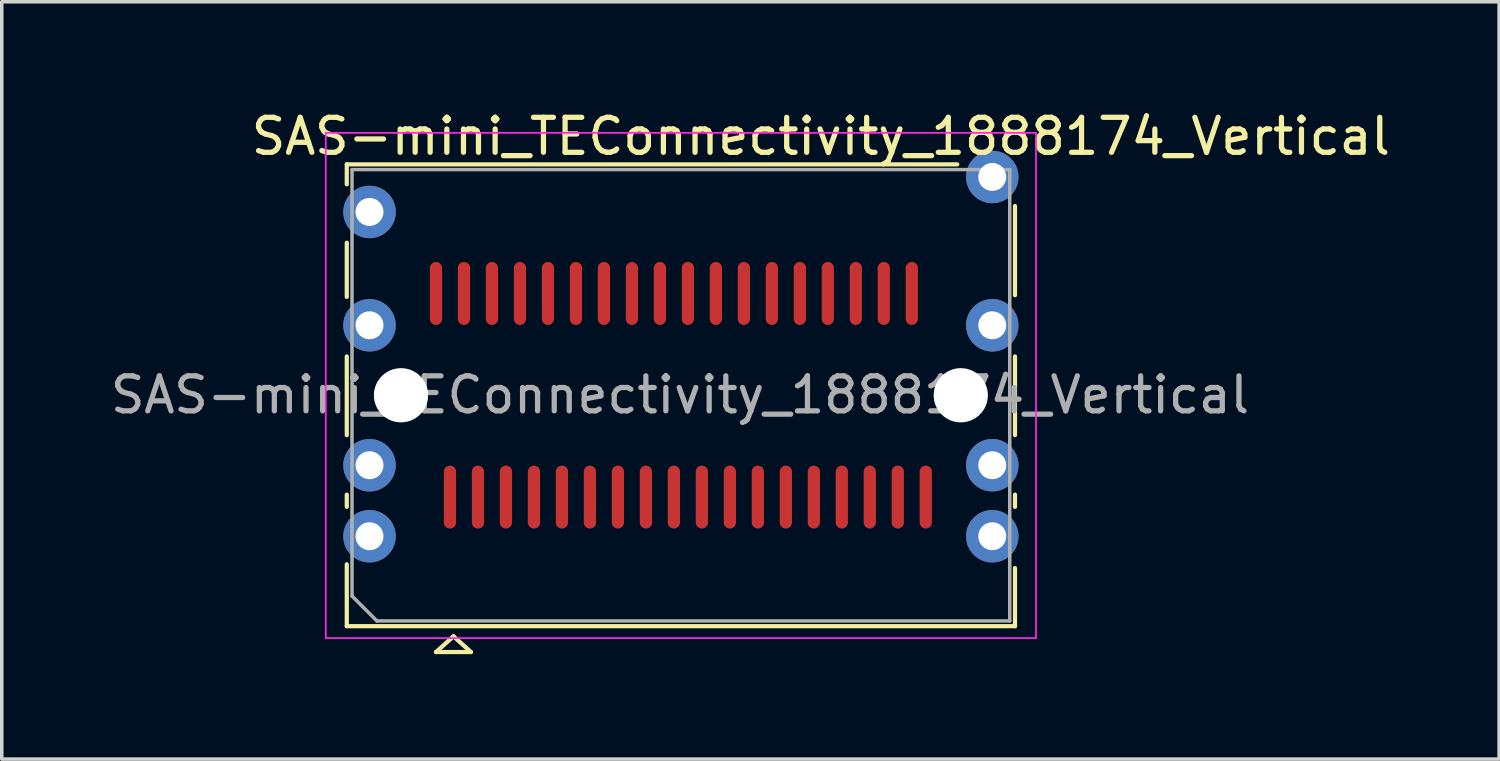
<source format=kicad_pcb>
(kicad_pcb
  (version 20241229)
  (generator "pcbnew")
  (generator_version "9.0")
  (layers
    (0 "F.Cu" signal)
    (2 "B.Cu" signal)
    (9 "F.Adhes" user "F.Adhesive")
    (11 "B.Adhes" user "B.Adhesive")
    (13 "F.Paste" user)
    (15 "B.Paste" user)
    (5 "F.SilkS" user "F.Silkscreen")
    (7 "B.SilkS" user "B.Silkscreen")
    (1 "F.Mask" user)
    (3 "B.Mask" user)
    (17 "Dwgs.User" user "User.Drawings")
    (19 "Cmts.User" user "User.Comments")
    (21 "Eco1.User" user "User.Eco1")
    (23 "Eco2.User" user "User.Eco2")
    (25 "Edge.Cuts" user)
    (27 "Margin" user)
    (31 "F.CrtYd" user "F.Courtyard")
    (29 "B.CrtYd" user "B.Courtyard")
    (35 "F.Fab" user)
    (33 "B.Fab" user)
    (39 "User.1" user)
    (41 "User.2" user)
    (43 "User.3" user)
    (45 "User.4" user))
  (footprint "SAS-mini_TEConnectivity_1888174_Vertical"
    (layer "F.Cu")
    (at 16.412 8.248)
    (property "Reference" "SAS-mini_TEConnectivity_1888174_Vertical" (at 4 -7.4 0) (layer "F.SilkS") (effects (font (size 1 1) (thickness 0.15))))
    (attr smd)
    (fp_line (start -9.55 -6.6) (end -9.55 -6.03) (stroke (width 0.12) (type solid)) (layer "F.SilkS"))
    (fp_line (start -9.55 -4.36) (end -9.55 -2.81) (stroke (width 0.12) (type solid)) (layer "F.SilkS"))
    (fp_line (start -9.55 -1.11) (end -9.55 1.14) (stroke (width 0.12) (type solid)) (layer "F.SilkS"))
    (fp_line (start -9.55 2.84) (end -9.55 3.19) (stroke (width 0.12) (type solid)) (layer "F.SilkS"))
    (fp_line (start -9.55 4.831) (end -9.55 6.6) (stroke (width 0.12) (type solid)) (layer "F.SilkS"))
    (fp_line (start -9.55 6.6) (end 9.55 6.6) (stroke (width 0.12) (type solid)) (layer "F.SilkS"))
    (fp_line (start -7 7.34) (end -6 7.34) (stroke (width 0.12) (type solid)) (layer "F.SilkS"))
    (fp_line (start -6.5 6.89) (end -7 7.34) (stroke (width 0.12) (type solid)) (layer "F.SilkS"))
    (fp_line (start -6 7.34) (end -6.5 6.89) (stroke (width 0.12) (type solid)) (layer "F.SilkS"))
    (fp_line (start 7.9 -6.6) (end -9.55 -6.6) (stroke (width 0.12) (type solid)) (layer "F.SilkS"))
    (fp_line (start 9.55 -5.41) (end 9.55 -2.86) (stroke (width 0.12) (type solid)) (layer "F.SilkS"))
    (fp_line (start 9.55 -1.11) (end 9.55 1.14) (stroke (width 0.12) (type solid)) (layer "F.SilkS"))
    (fp_line (start 9.55 2.84) (end 9.55 3.19) (stroke (width 0.12) (type solid)) (layer "F.SilkS"))
    (fp_line (start 9.55 4.94) (end 9.55 6.6) (stroke (width 0.12) (type solid)) (layer "F.SilkS"))
    (fp_line (start -10.15 -7.5) (end -10.15 6.94) (stroke (width 0.05) (type solid)) (layer "F.CrtYd"))
    (fp_line (start -10.15 -7.5) (end 10.15 -7.5) (stroke (width 0.05) (type solid)) (layer "F.CrtYd"))
    (fp_line (start 10.15 6.94) (end -10.15 6.94) (stroke (width 0.05) (type solid)) (layer "F.CrtYd"))
    (fp_line (start 10.15 6.94) (end 10.15 -7.5) (stroke (width 0.05) (type solid)) (layer "F.CrtYd"))
    (fp_line (start -9.4 -6.45) (end -9.4 5.74) (stroke (width 0.1) (type solid)) (layer "F.Fab"))
    (fp_line (start -9.4 5.74) (end -8.69 6.45) (stroke (width 0.1) (type solid)) (layer "F.Fab"))
    (fp_line (start -8.69 6.45) (end 9.4 6.45) (stroke (width 0.1) (type solid)) (layer "F.Fab"))
    (fp_line (start 9.4 -6.45) (end -9.4 -6.45) (stroke (width 0.1) (type solid)) (layer "F.Fab"))
    (fp_line (start 9.4 6.45) (end 9.4 -6.45) (stroke (width 0.1) (type solid)) (layer "F.Fab"))
    (fp_text user "${REFERENCE}" (at -0.025 -0.01 0) (layer "F.Fab") (effects (font (size 1 1) (thickness 0.15))))
    (pad "" np_thru_hole circle (at -8 0) (size 1.55 1.55) (drill 1.55) (layers "*.Mask" "B.Cu"))
    (pad "" np_thru_hole circle (at 8 0) (size 1.55 1.55) (drill 1.55) (layers "*.Mask" "B.Cu"))
    (pad "1" thru_hole circle (at -8.9 -5.24) (size 1.5 1.5) (drill 0.8) (layers "*.Cu" "*.Mask"))
    (pad "2" thru_hole circle (at -8.9 -2) (size 1.5 1.5) (drill 0.8) (layers "*.Cu" "*.Mask"))
    (pad "3" thru_hole circle (at -8.9 2) (size 1.5 1.5) (drill 0.8) (layers "*.Cu" "*.Mask"))
    (pad "4" thru_hole circle (at -8.9 4.03) (size 1.5 1.5) (drill 0.8) (layers "*.Cu" "*.Mask"))
    (pad "5" thru_hole circle (at 8.9 -6.24) (size 1.5 1.5) (drill 0.8) (layers "*.Cu" "*.Mask"))
    (pad "6" thru_hole circle (at 8.9 -2) (size 1.5 1.5) (drill 0.8) (layers "*.Cu" "*.Mask"))
    (pad "7" thru_hole circle (at 8.9 2) (size 1.5 1.5) (drill 0.8) (layers "*.Cu" "*.Mask"))
    (pad "8" thru_hole circle (at 8.9 4.03) (size 1.5 1.5) (drill 0.8) (layers "*.Cu" "*.Mask"))
    (pad "A1" smd oval (at -6.6 2.91) (size 0.35 1.8) (layers "F.Cu" "F.Mask" "F.Paste"))
    (pad "A2" smd oval (at -5.8 2.91) (size 0.35 1.8) (layers "F.Cu" "F.Mask" "F.Paste"))
    (pad "A3" smd oval (at -5 2.91) (size 0.35 1.8) (layers "F.Cu" "F.Mask" "F.Paste"))
    (pad "A4" smd oval (at -4.2 2.91) (size 0.35 1.8) (layers "F.Cu" "F.Mask" "F.Paste"))
    (pad "A5" smd oval (at -3.4 2.91) (size 0.35 1.8) (layers "F.Cu" "F.Mask" "F.Paste"))
    (pad "A6" smd oval (at -2.6 2.91) (size 0.35 1.8) (layers "F.Cu" "F.Mask" "F.Paste"))
    (pad "A7" smd oval (at -1.8 2.91) (size 0.35 1.8) (layers "F.Cu" "F.Mask" "F.Paste"))
    (pad "A8" smd oval (at -1 2.91) (size 0.35 1.8) (layers "F.Cu" "F.Mask" "F.Paste"))
    (pad "A9" smd oval (at -0.2 2.91) (size 0.35 1.8) (layers "F.Cu" "F.Mask" "F.Paste"))
    (pad "A10" smd oval (at 0.6 2.91) (size 0.35 1.8) (layers "F.Cu" "F.Mask" "F.Paste"))
    (pad "A11" smd oval (at 1.4 2.91) (size 0.35 1.8) (layers "F.Cu" "F.Mask" "F.Paste"))
    (pad "A12" smd oval (at 2.2 2.91) (size 0.35 1.8) (layers "F.Cu" "F.Mask" "F.Paste"))
    (pad "A13" smd oval (at 3 2.91) (size 0.35 1.8) (layers "F.Cu" "F.Mask" "F.Paste"))
    (pad "A14" smd oval (at 3.8 2.91) (size 0.35 1.8) (layers "F.Cu" "F.Mask" "F.Paste"))
    (pad "A15" smd oval (at 4.6 2.91) (size 0.35 1.8) (layers "F.Cu" "F.Mask" "F.Paste"))
    (pad "A16" smd oval (at 5.4 2.91) (size 0.35 1.8) (layers "F.Cu" "F.Mask" "F.Paste"))
    (pad "A17" smd oval (at 6.2 2.91) (size 0.35 1.8) (layers "F.Cu" "F.Mask" "F.Paste"))
    (pad "A18" smd oval (at 7 2.91) (size 0.35 1.8) (layers "F.Cu" "F.Mask" "F.Paste"))
    (pad "B1" smd oval (at -7 -2.91) (size 0.35 1.8) (layers "F.Cu" "F.Mask" "F.Paste"))
    (pad "B2" smd oval (at -6.2 -2.91) (size 0.35 1.8) (layers "F.Cu" "F.Mask" "F.Paste"))
    (pad "B3" smd oval (at -5.4 -2.91) (size 0.35 1.8) (layers "F.Cu" "F.Mask" "F.Paste"))
    (pad "B4" smd oval (at -4.6 -2.91) (size 0.35 1.8) (layers "F.Cu" "F.Mask" "F.Paste"))
    (pad "B5" smd oval (at -3.8 -2.91) (size 0.35 1.8) (layers "F.Cu" "F.Mask" "F.Paste"))
    (pad "B6" smd oval (at -3 -2.91) (size 0.35 1.8) (layers "F.Cu" "F.Mask" "F.Paste"))
    (pad "B7" smd oval (at -2.2 -2.91) (size 0.35 1.8) (layers "F.Cu" "F.Mask" "F.Paste"))
    (pad "B8" smd oval (at -1.4 -2.91) (size 0.35 1.8) (layers "F.Cu" "F.Mask" "F.Paste"))
    (pad "B9" smd oval (at -0.6 -2.91) (size 0.35 1.8) (layers "F.Cu" "F.Mask" "F.Paste"))
    (pad "B10" smd oval (at 0.2 -2.91) (size 0.35 1.8) (layers "F.Cu" "F.Mask" "F.Paste"))
    (pad "B11" smd oval (at 1 -2.91) (size 0.35 1.8) (layers "F.Cu" "F.Mask" "F.Paste"))
    (pad "B12" smd oval (at 1.8 -2.91) (size 0.35 1.8) (layers "F.Cu" "F.Mask" "F.Paste"))
    (pad "B13" smd oval (at 2.6 -2.91) (size 0.35 1.8) (layers "F.Cu" "F.Mask" "F.Paste"))
    (pad "B14" smd oval (at 3.4 -2.91) (size 0.35 1.8) (layers "F.Cu" "F.Mask" "F.Paste"))
    (pad "B15" smd oval (at 4.2 -2.91) (size 0.35 1.8) (layers "F.Cu" "F.Mask" "F.Paste"))
    (pad "B16" smd oval (at 5 -2.91) (size 0.35 1.8) (layers "F.Cu" "F.Mask" "F.Paste"))
    (pad "B17" smd oval (at 5.8 -2.91) (size 0.35 1.8) (layers "F.Cu" "F.Mask" "F.Paste"))
    (pad "B18" smd oval (at 6.6 -2.91) (size 0.35 1.8) (layers "F.Cu" "F.Mask" "F.Paste")))
  (gr_rect
    (start -3 -3)
    (end 39.799 18.648)
    (stroke (width 0.1) (type default))
    (fill no)
    (layer "Edge.Cuts")))
</source>
